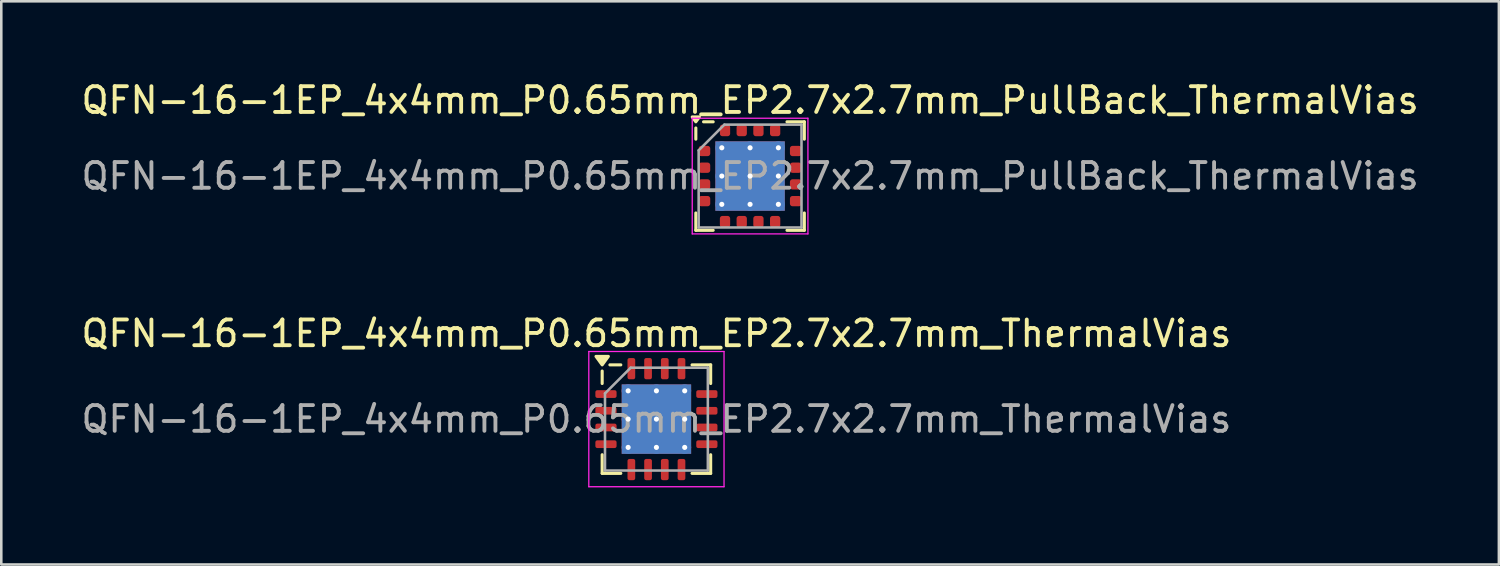
<source format=kicad_pcb>
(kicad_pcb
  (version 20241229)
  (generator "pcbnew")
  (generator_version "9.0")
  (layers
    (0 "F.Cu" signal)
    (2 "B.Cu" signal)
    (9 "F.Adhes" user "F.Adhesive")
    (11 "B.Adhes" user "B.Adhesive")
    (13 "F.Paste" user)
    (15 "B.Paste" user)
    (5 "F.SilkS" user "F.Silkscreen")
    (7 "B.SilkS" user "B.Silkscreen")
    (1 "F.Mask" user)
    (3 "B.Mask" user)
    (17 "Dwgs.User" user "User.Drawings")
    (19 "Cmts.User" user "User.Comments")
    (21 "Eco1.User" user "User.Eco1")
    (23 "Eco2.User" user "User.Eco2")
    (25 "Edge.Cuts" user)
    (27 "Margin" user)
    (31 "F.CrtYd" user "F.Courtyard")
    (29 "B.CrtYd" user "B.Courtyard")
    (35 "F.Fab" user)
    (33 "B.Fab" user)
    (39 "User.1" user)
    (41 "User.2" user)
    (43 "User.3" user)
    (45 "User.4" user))
  (footprint "QFN-16-1EP_4x4mm_P0.65mm_EP2.7x2.7mm_ThermalVias"
    (layer "F.Cu")
    (at 22.482 13.252)
    (property "Reference" "QFN-16-1EP_4x4mm_P0.65mm_EP2.7x2.7mm_ThermalVias" (at 0 -3.33 0) (layer "F.SilkS") (effects (font (size 1 1) (thickness 0.15))))
    (attr smd)
    (fp_line (start -2.11 -1.385) (end -2.11 -1.87) (stroke (width 0.12) (type solid)) (layer "F.SilkS"))
    (fp_line (start -2.11 2.11) (end -2.11 1.385) (stroke (width 0.12) (type solid)) (layer "F.SilkS"))
    (fp_line (start -1.385 -2.11) (end -1.81 -2.11) (stroke (width 0.12) (type solid)) (layer "F.SilkS"))
    (fp_line (start -1.385 2.11) (end -2.11 2.11) (stroke (width 0.12) (type solid)) (layer "F.SilkS"))
    (fp_line (start 1.385 -2.11) (end 2.11 -2.11) (stroke (width 0.12) (type solid)) (layer "F.SilkS"))
    (fp_line (start 1.385 2.11) (end 2.11 2.11) (stroke (width 0.12) (type solid)) (layer "F.SilkS"))
    (fp_line (start 2.11 -2.11) (end 2.11 -1.385) (stroke (width 0.12) (type solid)) (layer "F.SilkS"))
    (fp_line (start 2.11 2.11) (end 2.11 1.385) (stroke (width 0.12) (type solid)) (layer "F.SilkS"))
    (fp_poly (pts (xy -2.11 -2.11) (xy -2.35 -2.44) (xy -1.87 -2.44) (xy -2.11 -2.11)) (stroke (width 0.12) (type solid)) (fill yes) (layer "F.SilkS"))
    (fp_line (start -2.63 -2.63) (end -2.63 2.63) (stroke (width 0.05) (type solid)) (layer "F.CrtYd"))
    (fp_line (start -2.63 2.63) (end 2.63 2.63) (stroke (width 0.05) (type solid)) (layer "F.CrtYd"))
    (fp_line (start 2.63 -2.63) (end -2.63 -2.63) (stroke (width 0.05) (type solid)) (layer "F.CrtYd"))
    (fp_line (start 2.63 2.63) (end 2.63 -2.63) (stroke (width 0.05) (type solid)) (layer "F.CrtYd"))
    (fp_line (start -2 -1) (end -1 -2) (stroke (width 0.1) (type solid)) (layer "F.Fab"))
    (fp_line (start -2 2) (end -2 -1) (stroke (width 0.1) (type solid)) (layer "F.Fab"))
    (fp_line (start -1 -2) (end 2 -2) (stroke (width 0.1) (type solid)) (layer "F.Fab"))
    (fp_line (start 2 -2) (end 2 2) (stroke (width 0.1) (type solid)) (layer "F.Fab"))
    (fp_line (start 2 2) (end -2 2) (stroke (width 0.1) (type solid)) (layer "F.Fab"))
    (fp_text user "${REFERENCE}" (at 0 0 0) (layer "F.Fab") (effects (font (size 1 1) (thickness 0.15))))
    (pad "" smd roundrect (at -0.675 -0.675) (size 1.17 1.17) (layers "F.Paste") (roundrect_rratio 0.214))
    (pad "" smd roundrect (at -0.675 0.675) (size 1.17 1.17) (layers "F.Paste") (roundrect_rratio 0.214))
    (pad "" smd roundrect (at 0.675 -0.675) (size 1.17 1.17) (layers "F.Paste") (roundrect_rratio 0.214))
    (pad "" smd roundrect (at 0.675 0.675) (size 1.17 1.17) (layers "F.Paste") (roundrect_rratio 0.214))
    (pad "1" smd roundrect (at -1.962 -0.975) (size 0.825 0.3) (layers "F.Cu" "F.Mask" "F.Paste") (roundrect_rratio 0.25))
    (pad "2" smd roundrect (at -1.962 -0.325) (size 0.825 0.3) (layers "F.Cu" "F.Mask" "F.Paste") (roundrect_rratio 0.25))
    (pad "3" smd roundrect (at -1.962 0.325) (size 0.825 0.3) (layers "F.Cu" "F.Mask" "F.Paste") (roundrect_rratio 0.25))
    (pad "4" smd roundrect (at -1.962 0.975) (size 0.825 0.3) (layers "F.Cu" "F.Mask" "F.Paste") (roundrect_rratio 0.25))
    (pad "5" smd roundrect (at -0.975 1.962) (size 0.3 0.825) (layers "F.Cu" "F.Mask" "F.Paste") (roundrect_rratio 0.25))
    (pad "6" smd roundrect (at -0.325 1.962) (size 0.3 0.825) (layers "F.Cu" "F.Mask" "F.Paste") (roundrect_rratio 0.25))
    (pad "7" smd roundrect (at 0.325 1.962) (size 0.3 0.825) (layers "F.Cu" "F.Mask" "F.Paste") (roundrect_rratio 0.25))
    (pad "8" smd roundrect (at 0.975 1.962) (size 0.3 0.825) (layers "F.Cu" "F.Mask" "F.Paste") (roundrect_rratio 0.25))
    (pad "9" smd roundrect (at 1.962 0.975) (size 0.825 0.3) (layers "F.Cu" "F.Mask" "F.Paste") (roundrect_rratio 0.25))
    (pad "10" smd roundrect (at 1.962 0.325) (size 0.825 0.3) (layers "F.Cu" "F.Mask" "F.Paste") (roundrect_rratio 0.25))
    (pad "11" smd roundrect (at 1.962 -0.325) (size 0.825 0.3) (layers "F.Cu" "F.Mask" "F.Paste") (roundrect_rratio 0.25))
    (pad "12" smd roundrect (at 1.962 -0.975) (size 0.825 0.3) (layers "F.Cu" "F.Mask" "F.Paste") (roundrect_rratio 0.25))
    (pad "13" smd roundrect (at 0.975 -1.962) (size 0.3 0.825) (layers "F.Cu" "F.Mask" "F.Paste") (roundrect_rratio 0.25))
    (pad "14" smd roundrect (at 0.325 -1.962) (size 0.3 0.825) (layers "F.Cu" "F.Mask" "F.Paste") (roundrect_rratio 0.25))
    (pad "15" smd roundrect (at -0.325 -1.962) (size 0.3 0.825) (layers "F.Cu" "F.Mask" "F.Paste") (roundrect_rratio 0.25))
    (pad "16" smd roundrect (at -0.975 -1.962) (size 0.3 0.825) (layers "F.Cu" "F.Mask" "F.Paste") (roundrect_rratio 0.25))
    (pad "17" thru_hole circle (at -1.1 -1.1) (size 0.5 0.5) (drill 0.2) (property pad_prop_heatsink) (layers "*.Cu"))
    (pad "17" thru_hole circle (at -1.1 0) (size 0.5 0.5) (drill 0.2) (property pad_prop_heatsink) (layers "*.Cu"))
    (pad "17" thru_hole circle (at -1.1 1.1) (size 0.5 0.5) (drill 0.2) (property pad_prop_heatsink) (layers "*.Cu"))
    (pad "17" thru_hole circle (at 0 -1.1) (size 0.5 0.5) (drill 0.2) (property pad_prop_heatsink) (layers "*.Cu"))
    (pad "17" thru_hole circle (at 0 0) (size 0.5 0.5) (drill 0.2) (property pad_prop_heatsink) (layers "*.Cu"))
    (pad "17" smd rect (at 0 0) (size 2.7 2.7) (property pad_prop_heatsink) (layers "F.Cu" "F.Mask"))
    (pad "17" smd rect (at 0 0) (size 2.7 2.7) (property pad_prop_heatsink) (layers "B.Cu"))
    (pad "17" thru_hole circle (at 0 1.1) (size 0.5 0.5) (drill 0.2) (property pad_prop_heatsink) (layers "*.Cu"))
    (pad "17" thru_hole circle (at 1.1 -1.1) (size 0.5 0.5) (drill 0.2) (property pad_prop_heatsink) (layers "*.Cu"))
    (pad "17" thru_hole circle (at 1.1 0) (size 0.5 0.5) (drill 0.2) (property pad_prop_heatsink) (layers "*.Cu"))
    (pad "17" thru_hole circle (at 1.1 1.1) (size 0.5 0.5) (drill 0.2) (property pad_prop_heatsink) (layers "*.Cu")))
  (footprint "QFN-16-1EP_4x4mm_P0.65mm_EP2.7x2.7mm_PullBack_ThermalVias"
    (layer "F.Cu")
    (at 26.125 3.798)
    (property "Reference" "QFN-16-1EP_4x4mm_P0.65mm_EP2.7x2.7mm_PullBack_ThermalVias" (at 0 -2.95 0) (layer "F.SilkS") (effects (font (size 1 1) (thickness 0.15))))
    (attr smd)
    (fp_line (start -2.11 -1.435) (end -2.11 -1.87) (stroke (width 0.12) (type solid)) (layer "F.SilkS"))
    (fp_line (start -2.11 2.11) (end -2.11 1.435) (stroke (width 0.12) (type solid)) (layer "F.SilkS"))
    (fp_line (start -1.435 -2.11) (end -1.81 -2.11) (stroke (width 0.12) (type solid)) (layer "F.SilkS"))
    (fp_line (start -1.435 2.11) (end -2.11 2.11) (stroke (width 0.12) (type solid)) (layer "F.SilkS"))
    (fp_line (start 1.435 -2.11) (end 2.11 -2.11) (stroke (width 0.12) (type solid)) (layer "F.SilkS"))
    (fp_line (start 1.435 2.11) (end 2.11 2.11) (stroke (width 0.12) (type solid)) (layer "F.SilkS"))
    (fp_line (start 2.11 -2.11) (end 2.11 -1.435) (stroke (width 0.12) (type solid)) (layer "F.SilkS"))
    (fp_line (start 2.11 2.11) (end 2.11 1.435) (stroke (width 0.12) (type solid)) (layer "F.SilkS"))
    (fp_poly (pts (xy -2.11 -2.11) (xy -2.25 -2.3) (xy -1.97 -2.3) (xy -2.11 -2.11)) (stroke (width 0.12) (type solid)) (fill yes) (layer "F.SilkS"))
    (fp_line (start -2.25 -2.25) (end -2.25 2.25) (stroke (width 0.05) (type solid)) (layer "F.CrtYd"))
    (fp_line (start -2.25 2.25) (end 2.25 2.25) (stroke (width 0.05) (type solid)) (layer "F.CrtYd"))
    (fp_line (start 2.25 -2.25) (end -2.25 -2.25) (stroke (width 0.05) (type solid)) (layer "F.CrtYd"))
    (fp_line (start 2.25 2.25) (end 2.25 -2.25) (stroke (width 0.05) (type solid)) (layer "F.CrtYd"))
    (fp_line (start -2 -1) (end -1 -2) (stroke (width 0.1) (type solid)) (layer "F.Fab"))
    (fp_line (start -2 2) (end -2 -1) (stroke (width 0.1) (type solid)) (layer "F.Fab"))
    (fp_line (start -1 -2) (end 2 -2) (stroke (width 0.1) (type solid)) (layer "F.Fab"))
    (fp_line (start 2 -2) (end 2 2) (stroke (width 0.1) (type solid)) (layer "F.Fab"))
    (fp_line (start 2 2) (end -2 2) (stroke (width 0.1) (type solid)) (layer "F.Fab"))
    (fp_text user "${REFERENCE}" (at 0 0 0) (layer "F.Fab") (effects (font (size 1 1) (thickness 0.15))))
    (pad "" smd roundrect (at -0.675 -0.675) (size 1.17 1.17) (layers "F.Paste") (roundrect_rratio 0.214))
    (pad "" smd roundrect (at -0.675 0.675) (size 1.17 1.17) (layers "F.Paste") (roundrect_rratio 0.214))
    (pad "" smd roundrect (at 0.675 -0.675) (size 1.17 1.17) (layers "F.Paste") (roundrect_rratio 0.214))
    (pad "" smd roundrect (at 0.675 0.675) (size 1.17 1.17) (layers "F.Paste") (roundrect_rratio 0.214))
    (pad "1" smd roundrect (at -1.775 -0.975) (size 0.45 0.4) (layers "F.Cu" "F.Mask" "F.Paste") (roundrect_rratio 0.25))
    (pad "2" smd roundrect (at -1.775 -0.325) (size 0.45 0.4) (layers "F.Cu" "F.Mask" "F.Paste") (roundrect_rratio 0.25))
    (pad "3" smd roundrect (at -1.775 0.325) (size 0.45 0.4) (layers "F.Cu" "F.Mask" "F.Paste") (roundrect_rratio 0.25))
    (pad "4" smd roundrect (at -1.775 0.975) (size 0.45 0.4) (layers "F.Cu" "F.Mask" "F.Paste") (roundrect_rratio 0.25))
    (pad "5" smd roundrect (at -0.975 1.775) (size 0.4 0.45) (layers "F.Cu" "F.Mask" "F.Paste") (roundrect_rratio 0.25))
    (pad "6" smd roundrect (at -0.325 1.775) (size 0.4 0.45) (layers "F.Cu" "F.Mask" "F.Paste") (roundrect_rratio 0.25))
    (pad "7" smd roundrect (at 0.325 1.775) (size 0.4 0.45) (layers "F.Cu" "F.Mask" "F.Paste") (roundrect_rratio 0.25))
    (pad "8" smd roundrect (at 0.975 1.775) (size 0.4 0.45) (layers "F.Cu" "F.Mask" "F.Paste") (roundrect_rratio 0.25))
    (pad "9" smd roundrect (at 1.775 0.975) (size 0.45 0.4) (layers "F.Cu" "F.Mask" "F.Paste") (roundrect_rratio 0.25))
    (pad "10" smd roundrect (at 1.775 0.325) (size 0.45 0.4) (layers "F.Cu" "F.Mask" "F.Paste") (roundrect_rratio 0.25))
    (pad "11" smd roundrect (at 1.775 -0.325) (size 0.45 0.4) (layers "F.Cu" "F.Mask" "F.Paste") (roundrect_rratio 0.25))
    (pad "12" smd roundrect (at 1.775 -0.975) (size 0.45 0.4) (layers "F.Cu" "F.Mask" "F.Paste") (roundrect_rratio 0.25))
    (pad "13" smd roundrect (at 0.975 -1.775) (size 0.4 0.45) (layers "F.Cu" "F.Mask" "F.Paste") (roundrect_rratio 0.25))
    (pad "14" smd roundrect (at 0.325 -1.775) (size 0.4 0.45) (layers "F.Cu" "F.Mask" "F.Paste") (roundrect_rratio 0.25))
    (pad "15" smd roundrect (at -0.325 -1.775) (size 0.4 0.45) (layers "F.Cu" "F.Mask" "F.Paste") (roundrect_rratio 0.25))
    (pad "16" smd roundrect (at -0.975 -1.775) (size 0.4 0.45) (layers "F.Cu" "F.Mask" "F.Paste") (roundrect_rratio 0.25))
    (pad "17" thru_hole circle (at -1.1 -1.1) (size 0.5 0.5) (drill 0.2) (property pad_prop_heatsink) (layers "*.Cu"))
    (pad "17" thru_hole circle (at -1.1 0) (size 0.5 0.5) (drill 0.2) (property pad_prop_heatsink) (layers "*.Cu"))
    (pad "17" thru_hole circle (at -1.1 1.1) (size 0.5 0.5) (drill 0.2) (property pad_prop_heatsink) (layers "*.Cu"))
    (pad "17" thru_hole circle (at 0 -1.1) (size 0.5 0.5) (drill 0.2) (property pad_prop_heatsink) (layers "*.Cu"))
    (pad "17" thru_hole circle (at 0 0) (size 0.5 0.5) (drill 0.2) (property pad_prop_heatsink) (layers "*.Cu"))
    (pad "17" smd rect (at 0 0) (size 2.7 2.7) (property pad_prop_heatsink) (layers "F.Cu" "F.Mask"))
    (pad "17" smd rect (at 0 0) (size 2.7 2.7) (property pad_prop_heatsink) (layers "B.Cu"))
    (pad "17" thru_hole circle (at 0 1.1) (size 0.5 0.5) (drill 0.2) (property pad_prop_heatsink) (layers "*.Cu"))
    (pad "17" thru_hole circle (at 1.1 -1.1) (size 0.5 0.5) (drill 0.2) (property pad_prop_heatsink) (layers "*.Cu"))
    (pad "17" thru_hole circle (at 1.1 0) (size 0.5 0.5) (drill 0.2) (property pad_prop_heatsink) (layers "*.Cu"))
    (pad "17" thru_hole circle (at 1.1 1.1) (size 0.5 0.5) (drill 0.2) (property pad_prop_heatsink) (layers "*.Cu")))
  (gr_rect
    (start -3 -3)
    (end 55.25 18.907)
    (stroke (width 0.1) (type default))
    (fill no)
    (layer "Edge.Cuts")))
</source>
